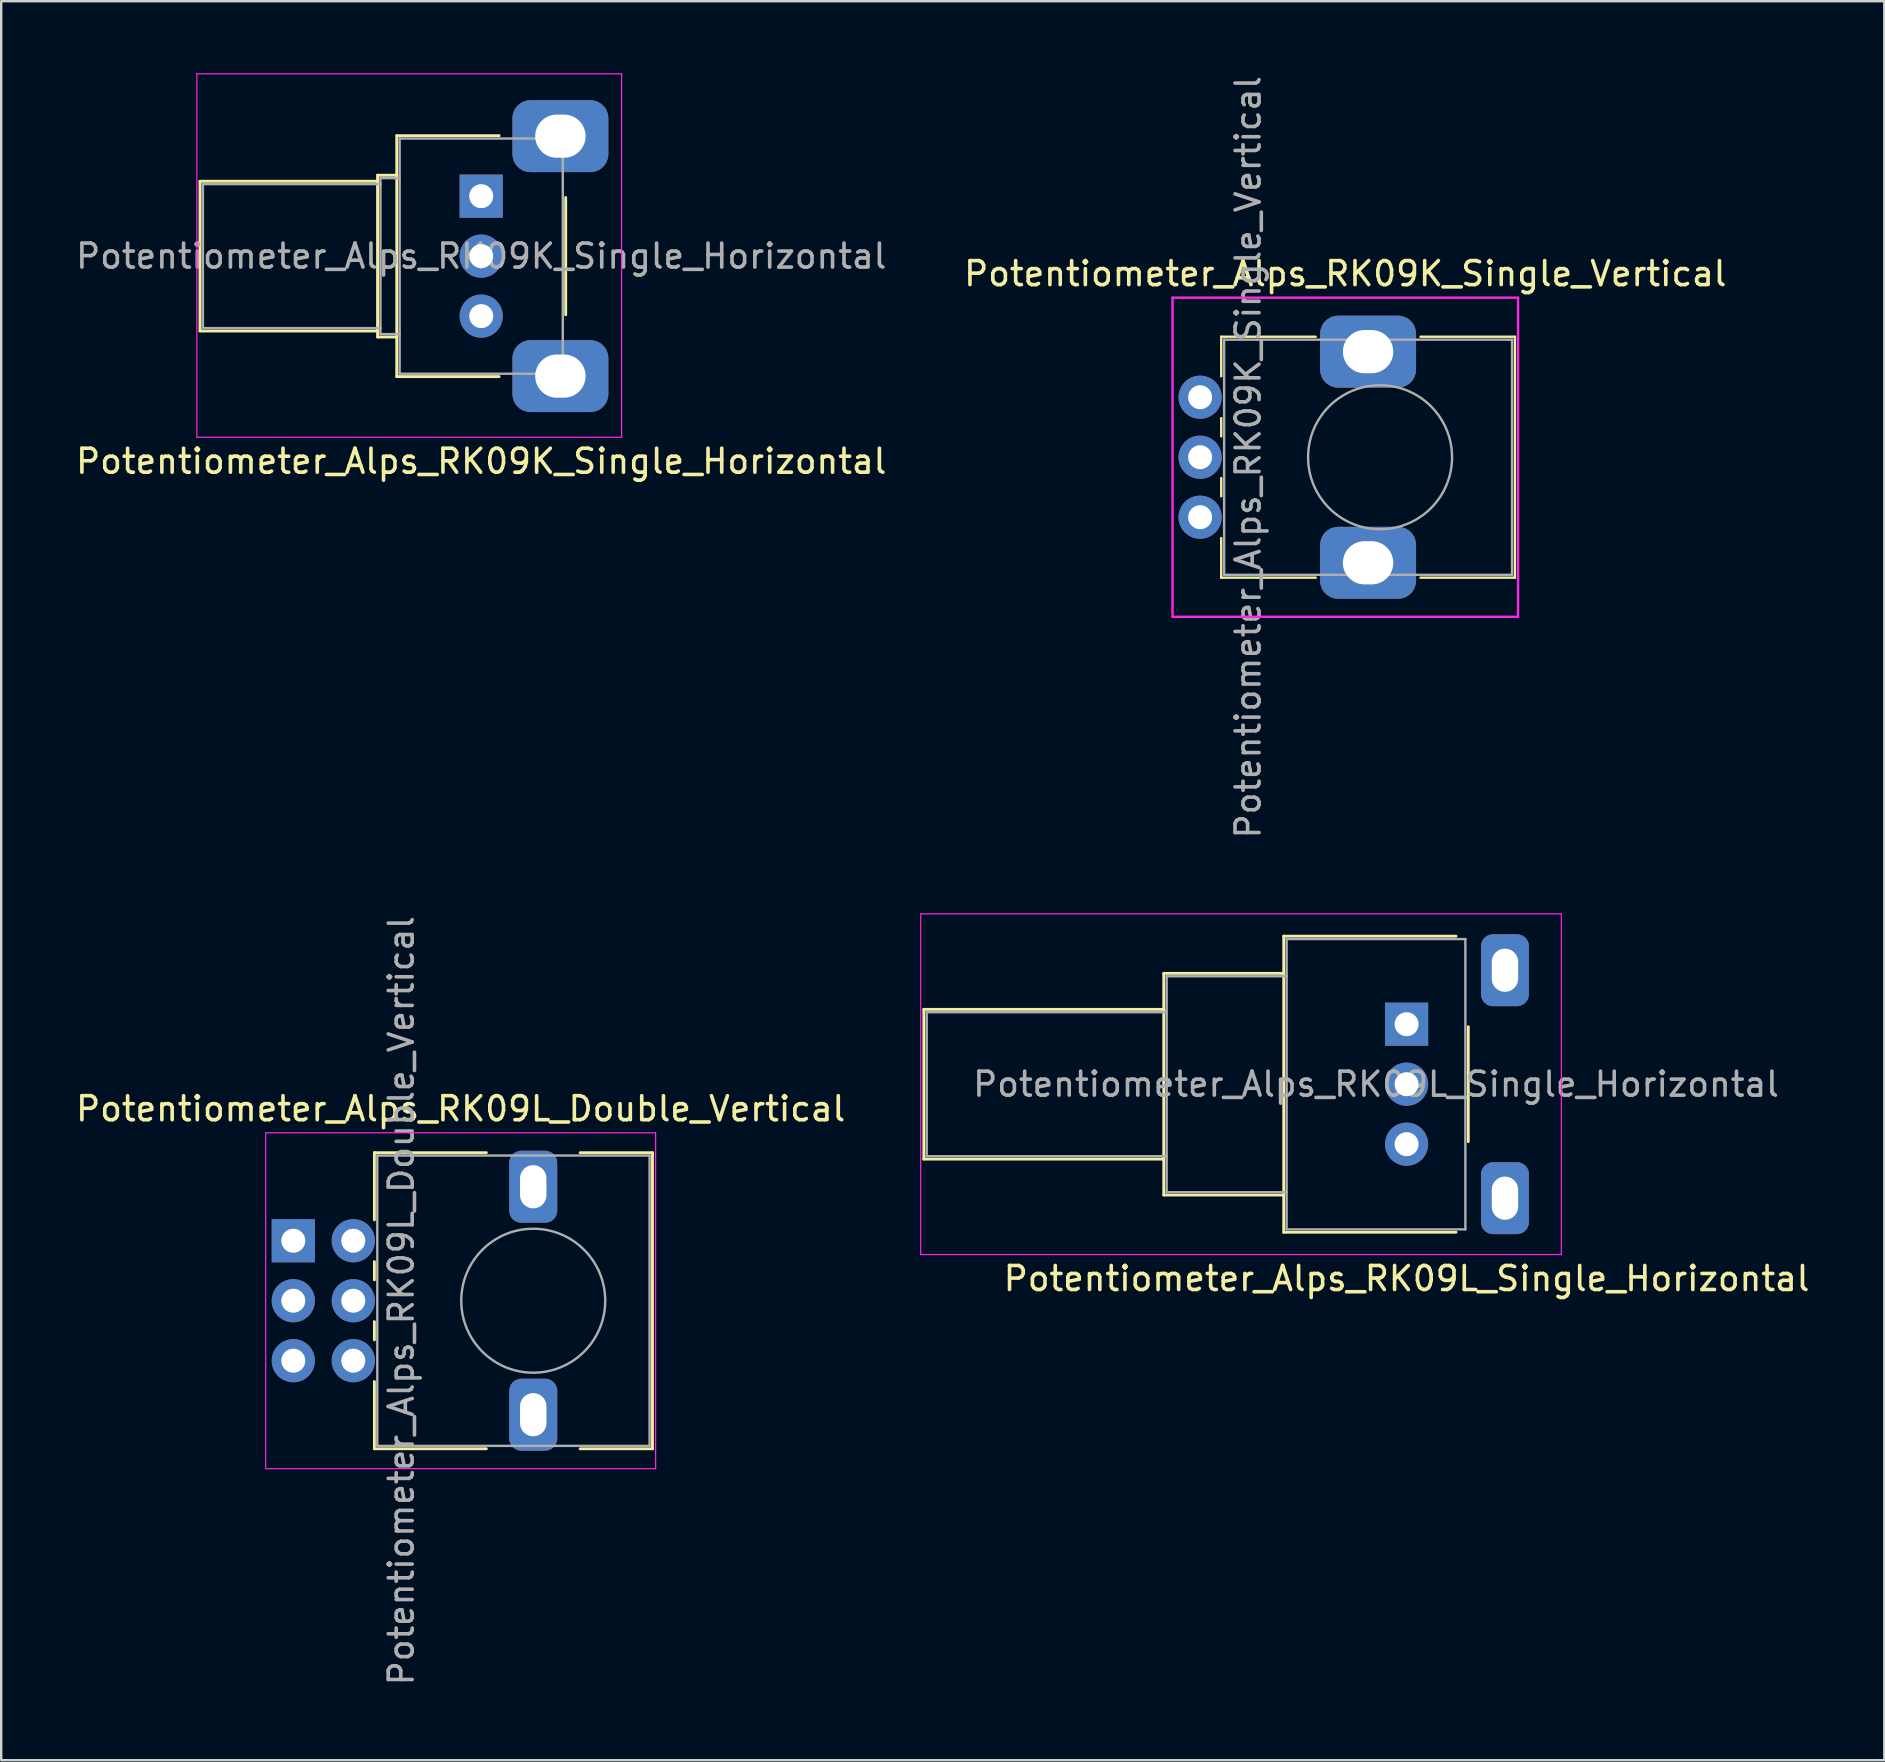
<source format=kicad_pcb>
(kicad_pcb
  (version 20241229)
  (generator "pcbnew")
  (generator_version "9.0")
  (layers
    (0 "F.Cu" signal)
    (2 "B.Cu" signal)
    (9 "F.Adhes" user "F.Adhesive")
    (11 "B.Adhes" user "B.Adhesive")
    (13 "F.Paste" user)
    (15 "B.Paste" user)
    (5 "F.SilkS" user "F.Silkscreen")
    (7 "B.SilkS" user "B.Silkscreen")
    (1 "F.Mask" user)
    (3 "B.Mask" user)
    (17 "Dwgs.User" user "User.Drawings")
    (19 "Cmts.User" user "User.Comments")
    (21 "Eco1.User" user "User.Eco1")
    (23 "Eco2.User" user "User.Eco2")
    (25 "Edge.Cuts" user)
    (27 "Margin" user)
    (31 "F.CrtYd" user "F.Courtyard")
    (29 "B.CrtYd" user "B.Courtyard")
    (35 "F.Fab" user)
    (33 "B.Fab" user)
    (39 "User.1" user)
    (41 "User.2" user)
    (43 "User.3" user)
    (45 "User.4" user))
  (footprint "Potentiometer_Alps_RK09L_Double_Vertical"
    (layer "F.Cu")
    (at 9.174 48.661)
    (property "Reference" "Potentiometer_Alps_RK09L_Double_Vertical" (at 6.975 -5.5 0) (layer "F.SilkS") (effects (font (size 1 1) (thickness 0.15))))
    (attr through_hole)
    (fp_line (start 3.38 -3.67) (end 3.38 -0.871) (stroke (width 0.12) (type solid)) (layer "F.SilkS"))
    (fp_line (start 3.38 -3.67) (end 8.046 -3.67) (stroke (width 0.12) (type solid)) (layer "F.SilkS"))
    (fp_line (start 3.38 0.871) (end 3.38 1.63) (stroke (width 0.12) (type solid)) (layer "F.SilkS"))
    (fp_line (start 3.38 3.371) (end 3.38 4.13) (stroke (width 0.12) (type solid)) (layer "F.SilkS"))
    (fp_line (start 3.38 5.87) (end 3.38 8.67) (stroke (width 0.12) (type solid)) (layer "F.SilkS"))
    (fp_line (start 3.38 8.67) (end 8.046 8.67) (stroke (width 0.12) (type solid)) (layer "F.SilkS"))
    (fp_line (start 11.955 -3.67) (end 14.97 -3.67) (stroke (width 0.12) (type solid)) (layer "F.SilkS"))
    (fp_line (start 11.955 8.67) (end 14.97 8.67) (stroke (width 0.12) (type solid)) (layer "F.SilkS"))
    (fp_line (start 14.97 -3.67) (end 14.97 8.67) (stroke (width 0.12) (type solid)) (layer "F.SilkS"))
    (fp_line (start -1.15 -4.5) (end -1.15 9.5) (stroke (width 0.05) (type solid)) (layer "F.CrtYd"))
    (fp_line (start -1.15 9.5) (end 15.1 9.5) (stroke (width 0.05) (type solid)) (layer "F.CrtYd"))
    (fp_line (start 15.1 -4.5) (end -1.15 -4.5) (stroke (width 0.05) (type solid)) (layer "F.CrtYd"))
    (fp_line (start 15.1 9.5) (end 15.1 -4.5) (stroke (width 0.05) (type solid)) (layer "F.CrtYd"))
    (fp_line (start 3.5 -3.55) (end 3.5 8.55) (stroke (width 0.1) (type solid)) (layer "F.Fab"))
    (fp_line (start 3.5 8.55) (end 14.85 8.55) (stroke (width 0.1) (type solid)) (layer "F.Fab"))
    (fp_line (start 14.85 -3.55) (end 3.5 -3.55) (stroke (width 0.1) (type solid)) (layer "F.Fab"))
    (fp_line (start 14.85 8.55) (end 14.85 -3.55) (stroke (width 0.1) (type solid)) (layer "F.Fab"))
    (fp_circle (center 10 2.5) (end 13 2.5) (stroke (width 0.1) (type solid)) (fill no) (layer "F.Fab"))
    (fp_text user "${REFERENCE}" (at 4.5 2.5 90) (layer "F.Fab") (effects (font (size 1 1) (thickness 0.15))))
    (pad "1" thru_hole rect (at 0 0) (size 1.8 1.8) (drill 1) (layers "*.Cu" "*.Mask"))
    (pad "2" thru_hole circle (at 0 2.5) (size 1.8 1.8) (drill 1) (layers "*.Cu" "*.Mask"))
    (pad "3" thru_hole circle (at 0 5) (size 1.8 1.8) (drill 1) (layers "*.Cu" "*.Mask"))
    (pad "4" thru_hole circle (at 2.5 0) (size 1.8 1.8) (drill 1) (layers "*.Cu" "*.Mask"))
    (pad "5" thru_hole circle (at 2.5 2.5) (size 1.8 1.8) (drill 1) (layers "*.Cu" "*.Mask"))
    (pad "6" thru_hole circle (at 2.5 5) (size 1.8 1.8) (drill 1) (layers "*.Cu" "*.Mask"))
    (pad "MP" thru_hole roundrect (at 10 -2.25) (size 2 3) (drill oval 1.1 1.8) (layers "*.Cu" "*.Mask") (roundrect_rratio 0.25))
    (pad "MP" thru_hole roundrect (at 10 7.25) (size 2 3) (drill oval 1.1 1.8) (layers "*.Cu" "*.Mask") (roundrect_rratio 0.25))
    (zone (net_name "") (layer "F.Cu") (name "Copper Keep Out") (hatch full 0.508) (connect_pads) (min_thickness 0.254) (filled_areas_thickness no) (keepout (tracks not_allowed) (vias not_allowed) (pads not_allowed) (copperpour not_allowed) (footprints not_allowed)) (placement (enabled no)) (fill) (polygon (pts (xy 15.674 53.161) (xy 14.174 53.161) (xy 14.174 49.161) (xy 15.674 49.161))))
    (zone (net_name "") (layer "F.Cu") (name "Copper Keep Out") (hatch full 0.508) (connect_pads) (min_thickness 0.254) (filled_areas_thickness no) (keepout (tracks not_allowed) (vias not_allowed) (pads not_allowed) (copperpour not_allowed) (footprints not_allowed)) (placement (enabled no)) (fill) (polygon (pts (xy 24.074 53.161) (xy 22.674 53.161) (xy 22.674 49.161) (xy 24.074 49.161)))))
  (footprint "Potentiometer_Alps_RK09K_Single_Horizontal"
    (layer "F.Cu")
    (at 17.006 5.125)
    (property "Reference" "Potentiometer_Alps_RK09K_Single_Horizontal" (at 0 11.05 180) (layer "F.SilkS") (effects (font (size 1 1) (thickness 0.15))))
    (attr through_hole)
    (fp_line (start -11.72 5.62) (end -11.72 -0.62) (stroke (width 0.12) (type solid)) (layer "F.SilkS"))
    (fp_line (start -4.32 -0.62) (end -11.72 -0.62) (stroke (width 0.12) (type solid)) (layer "F.SilkS"))
    (fp_line (start -4.32 5.62) (end -11.72 5.62) (stroke (width 0.12) (type solid)) (layer "F.SilkS"))
    (fp_line (start -4.32 5.87) (end -4.32 -0.87) (stroke (width 0.12) (type solid)) (layer "F.SilkS"))
    (fp_line (start -3.52 -0.87) (end -4.32 -0.87) (stroke (width 0.12) (type solid)) (layer "F.SilkS"))
    (fp_line (start -3.52 5.87) (end -4.32 5.87) (stroke (width 0.12) (type solid)) (layer "F.SilkS"))
    (fp_line (start -3.52 7.521) (end -3.52 -2.52) (stroke (width 0.12) (type solid)) (layer "F.SilkS"))
    (fp_line (start 0.745 -2.52) (end -3.52 -2.52) (stroke (width 0.12) (type solid)) (layer "F.SilkS"))
    (fp_line (start 0.745 7.521) (end -3.52 7.521) (stroke (width 0.12) (type solid)) (layer "F.SilkS"))
    (fp_line (start 3.52 4.944) (end 3.52 0.055) (stroke (width 0.12) (type solid)) (layer "F.SilkS"))
    (fp_line (start -11.85 -5.1) (end -11.85 10.05) (stroke (width 0.05) (type solid)) (layer "F.CrtYd"))
    (fp_line (start -11.85 10.05) (end 5.85 10.05) (stroke (width 0.05) (type solid)) (layer "F.CrtYd"))
    (fp_line (start 5.85 -5.1) (end -11.85 -5.1) (stroke (width 0.05) (type solid)) (layer "F.CrtYd"))
    (fp_line (start 5.85 10.05) (end 5.85 -5.1) (stroke (width 0.05) (type solid)) (layer "F.CrtYd"))
    (fp_line (start -11.6 -0.5) (end -11.6 5.5) (stroke (width 0.1) (type solid)) (layer "F.Fab"))
    (fp_line (start -11.6 5.5) (end -4.2 5.5) (stroke (width 0.1) (type solid)) (layer "F.Fab"))
    (fp_line (start -4.2 -0.75) (end -4.2 5.75) (stroke (width 0.1) (type solid)) (layer "F.Fab"))
    (fp_line (start -4.2 -0.5) (end -11.6 -0.5) (stroke (width 0.1) (type solid)) (layer "F.Fab"))
    (fp_line (start -4.2 5.75) (end -3.4 5.75) (stroke (width 0.1) (type solid)) (layer "F.Fab"))
    (fp_line (start -3.4 -2.4) (end -3.4 7.4) (stroke (width 0.1) (type solid)) (layer "F.Fab"))
    (fp_line (start -3.4 -0.75) (end -4.2 -0.75) (stroke (width 0.1) (type solid)) (layer "F.Fab"))
    (fp_line (start -3.4 7.4) (end 3.4 7.4) (stroke (width 0.1) (type solid)) (layer "F.Fab"))
    (fp_line (start 3.4 -2.4) (end -3.4 -2.4) (stroke (width 0.1) (type solid)) (layer "F.Fab"))
    (fp_line (start 3.4 7.4) (end 3.4 -2.4) (stroke (width 0.1) (type solid)) (layer "F.Fab"))
    (fp_text user "${REFERENCE}" (at 0 2.5 180) (layer "F.Fab") (effects (font (size 1 1) (thickness 0.15))))
    (pad "1" thru_hole rect (at 0 0 180) (size 1.8 1.8) (drill 1) (layers "*.Cu" "*.Mask"))
    (pad "2" thru_hole circle (at 0 2.5 180) (size 1.8 1.8) (drill 1) (layers "*.Cu" "*.Mask"))
    (pad "3" thru_hole circle (at 0 5 180) (size 1.8 1.8) (drill 1) (layers "*.Cu" "*.Mask"))
    (pad "MP" thru_hole roundrect (at 3.3 -2.5 180) (size 4 3) (drill oval 2.1 1.8) (layers "*.Cu" "*.Mask") (roundrect_rratio 0.25))
    (pad "MP" thru_hole roundrect (at 3.3 7.5 180) (size 4 3) (drill oval 2.1 1.8) (layers "*.Cu" "*.Mask") (roundrect_rratio 0.25))
    (zone (net_name "") (layer "F.Cu") (name "Copper Keep Out") (hatch edge 0.508) (connect_pads) (min_thickness 0.254) (filled_areas_thickness no) (keepout (tracks not_allowed) (vias not_allowed) (pads not_allowed) (copperpour not_allowed) (footprints allowed)) (placement (enabled no)) (fill) (polygon (pts (xy 12.606 2.125) (xy 14.606 2.125) (xy 14.606 3.125) (xy 12.606 3.125))))
    (zone (net_name "") (layer "F.Cu") (name "Copper Keep Out") (hatch edge 0.508) (connect_pads) (min_thickness 0.254) (filled_areas_thickness no) (keepout (tracks not_allowed) (vias not_allowed) (pads not_allowed) (copperpour not_allowed) (footprints allowed)) (placement (enabled no)) (fill) (polygon (pts (xy 12.606 12.125) (xy 14.606 12.125) (xy 14.606 13.125) (xy 12.606 13.125)))))
  (footprint "Potentiometer_Alps_RK09L_Single_Horizontal"
    (layer "F.Cu")
    (at 55.573 39.637)
    (property "Reference" "Potentiometer_Alps_RK09L_Single_Horizontal" (at 0 10.6 180) (layer "F.SilkS") (effects (font (size 1 1) (thickness 0.15))))
    (attr through_hole)
    (fp_line (start -20.12 5.62) (end -20.12 -0.62) (stroke (width 0.12) (type solid)) (layer "F.SilkS"))
    (fp_line (start -10.12 -0.62) (end -20.12 -0.62) (stroke (width 0.12) (type solid)) (layer "F.SilkS"))
    (fp_line (start -10.12 5.62) (end -20.12 5.62) (stroke (width 0.12) (type solid)) (layer "F.SilkS"))
    (fp_line (start -10.12 7.12) (end -10.12 -2.12) (stroke (width 0.12) (type solid)) (layer "F.SilkS"))
    (fp_line (start -5.12 -2.12) (end -10.12 -2.12) (stroke (width 0.12) (type solid)) (layer "F.SilkS"))
    (fp_line (start -5.12 7.12) (end -10.12 7.12) (stroke (width 0.12) (type solid)) (layer "F.SilkS"))
    (fp_line (start -5.12 8.67) (end -5.12 -3.67) (stroke (width 0.12) (type solid)) (layer "F.SilkS"))
    (fp_line (start 2.059 -3.67) (end -5.12 -3.67) (stroke (width 0.12) (type solid)) (layer "F.SilkS"))
    (fp_line (start 2.059 8.67) (end -5.12 8.67) (stroke (width 0.12) (type solid)) (layer "F.SilkS"))
    (fp_line (start 2.571 4.894) (end 2.571 0.105) (stroke (width 0.12) (type solid)) (layer "F.SilkS"))
    (fp_line (start -20.25 -4.6) (end -20.25 9.6) (stroke (width 0.05) (type solid)) (layer "F.CrtYd"))
    (fp_line (start -20.25 9.6) (end 6.45 9.6) (stroke (width 0.05) (type solid)) (layer "F.CrtYd"))
    (fp_line (start 6.45 -4.6) (end -20.25 -4.6) (stroke (width 0.05) (type solid)) (layer "F.CrtYd"))
    (fp_line (start 6.45 9.6) (end 6.45 -4.6) (stroke (width 0.05) (type solid)) (layer "F.CrtYd"))
    (fp_line (start -20 -0.5) (end -20 5.5) (stroke (width 0.1) (type solid)) (layer "F.Fab"))
    (fp_line (start -20 5.5) (end -10 5.5) (stroke (width 0.1) (type solid)) (layer "F.Fab"))
    (fp_line (start -10 -2) (end -10 7) (stroke (width 0.1) (type solid)) (layer "F.Fab"))
    (fp_line (start -10 -0.5) (end -20 -0.5) (stroke (width 0.1) (type solid)) (layer "F.Fab"))
    (fp_line (start -10 7) (end -5 7) (stroke (width 0.1) (type solid)) (layer "F.Fab"))
    (fp_line (start -5 -3.55) (end -5 8.55) (stroke (width 0.1) (type solid)) (layer "F.Fab"))
    (fp_line (start -5 -2) (end -10 -2) (stroke (width 0.1) (type solid)) (layer "F.Fab"))
    (fp_line (start -5 8.55) (end 2.45 8.55) (stroke (width 0.1) (type solid)) (layer "F.Fab"))
    (fp_line (start 2.45 -3.55) (end -5 -3.55) (stroke (width 0.1) (type solid)) (layer "F.Fab"))
    (fp_line (start 2.45 8.55) (end 2.45 -3.55) (stroke (width 0.1) (type solid)) (layer "F.Fab"))
    (fp_text user "${REFERENCE}" (at -1.275 2.5 180) (layer "F.Fab") (effects (font (size 1 1) (thickness 0.15))))
    (pad "" thru_hole roundrect (at 4.1 -2.25 270) (size 3 2) (drill oval 1.8 1.1) (layers "*.Cu" "*.Mask") (roundrect_rratio 0.25))
    (pad "" thru_hole roundrect (at 4.1 7.25 270) (size 3 2) (drill oval 1.8 1.1) (layers "*.Cu" "*.Mask") (roundrect_rratio 0.25))
    (pad "1" thru_hole rect (at 0 0 180) (size 1.8 1.8) (drill 1) (layers "*.Cu" "*.Mask"))
    (pad "2" thru_hole circle (at 0 2.5 180) (size 1.8 1.8) (drill 1) (layers "*.Cu" "*.Mask"))
    (pad "3" thru_hole circle (at 0 5 180) (size 1.8 1.8) (drill 1) (layers "*.Cu" "*.Mask")))
  (footprint "Potentiometer_Alps_RK09K_Single_Vertical"
    (layer "F.Cu")
    (at 46.968 13.506)
    (property "Reference" "Potentiometer_Alps_RK09K_Single_Vertical" (at 6.05 -5.15 0) (layer "F.SilkS") (effects (font (size 1 1) (thickness 0.15))))
    (attr through_hole)
    (fp_line (start 0.88 -2.521) (end 0.88 -0.871) (stroke (width 0.1) (type solid)) (layer "F.SilkS"))
    (fp_line (start 0.88 -2.521) (end 4.817 -2.521) (stroke (width 0.1) (type solid)) (layer "F.SilkS"))
    (fp_line (start 0.88 0.871) (end 0.88 1.63) (stroke (width 0.1) (type solid)) (layer "F.SilkS"))
    (fp_line (start 0.88 3.371) (end 0.88 4.13) (stroke (width 0.1) (type solid)) (layer "F.SilkS"))
    (fp_line (start 0.88 5.87) (end 0.88 7.52) (stroke (width 0.1) (type solid)) (layer "F.SilkS"))
    (fp_line (start 0.88 7.52) (end 4.817 7.52) (stroke (width 0.1) (type solid)) (layer "F.SilkS"))
    (fp_line (start 9.184 -2.521) (end 13.12 -2.521) (stroke (width 0.1) (type solid)) (layer "F.SilkS"))
    (fp_line (start 9.184 7.52) (end 13.12 7.52) (stroke (width 0.1) (type solid)) (layer "F.SilkS"))
    (fp_line (start 13.12 -2.521) (end 13.12 7.52) (stroke (width 0.1) (type solid)) (layer "F.SilkS"))
    (fp_line (start -1.15 -4.15) (end -1.15 9.15) (stroke (width 0.1) (type solid)) (layer "F.CrtYd"))
    (fp_line (start -1.15 9.15) (end 13.25 9.15) (stroke (width 0.1) (type solid)) (layer "F.CrtYd"))
    (fp_line (start 13.25 -4.15) (end -1.15 -4.15) (stroke (width 0.1) (type solid)) (layer "F.CrtYd"))
    (fp_line (start 13.25 9.15) (end 13.25 -4.15) (stroke (width 0.1) (type solid)) (layer "F.CrtYd"))
    (fp_line (start 1 -2.4) (end 1 7.4) (stroke (width 0.1) (type solid)) (layer "F.Fab"))
    (fp_line (start 1 7.4) (end 13 7.4) (stroke (width 0.1) (type solid)) (layer "F.Fab"))
    (fp_line (start 13 -2.4) (end 1 -2.4) (stroke (width 0.1) (type solid)) (layer "F.Fab"))
    (fp_line (start 13 7.4) (end 13 -2.4) (stroke (width 0.1) (type solid)) (layer "F.Fab"))
    (fp_circle (center 7.5 2.5) (end 10.5 2.5) (stroke (width 0.1) (type solid)) (fill no) (layer "F.Fab"))
    (fp_text user "${REFERENCE}" (at 2 2.5 90) (layer "F.Fab") (effects (font (size 1 1) (thickness 0.15))))
    (pad "" np_thru_hole roundrect (at 7 -1.9) (size 4 3) (drill oval 2.1 1.8) (layers "*.Cu" "*.Mask") (roundrect_rratio 0.25))
    (pad "" np_thru_hole roundrect (at 7 6.9) (size 4 3) (drill oval 2.1 1.8) (layers "*.Cu" "*.Mask") (roundrect_rratio 0.25))
    (pad "1" thru_hole circle (at 0 0) (size 1.8 1.8) (drill 1) (layers "*.Cu" "*.Mask"))
    (pad "2" thru_hole circle (at 0 2.5) (size 1.8 1.8) (drill 1) (layers "*.Cu" "*.Mask"))
    (pad "3" thru_hole circle (at 0 5) (size 1.8 1.8) (drill 1) (layers "*.Cu" "*.Mask")))
  (gr_rect
    (start -3 -3)
    (end 75.483 70.31)
    (stroke (width 0.1) (type default))
    (fill no)
    (layer "Edge.Cuts")))
</source>
